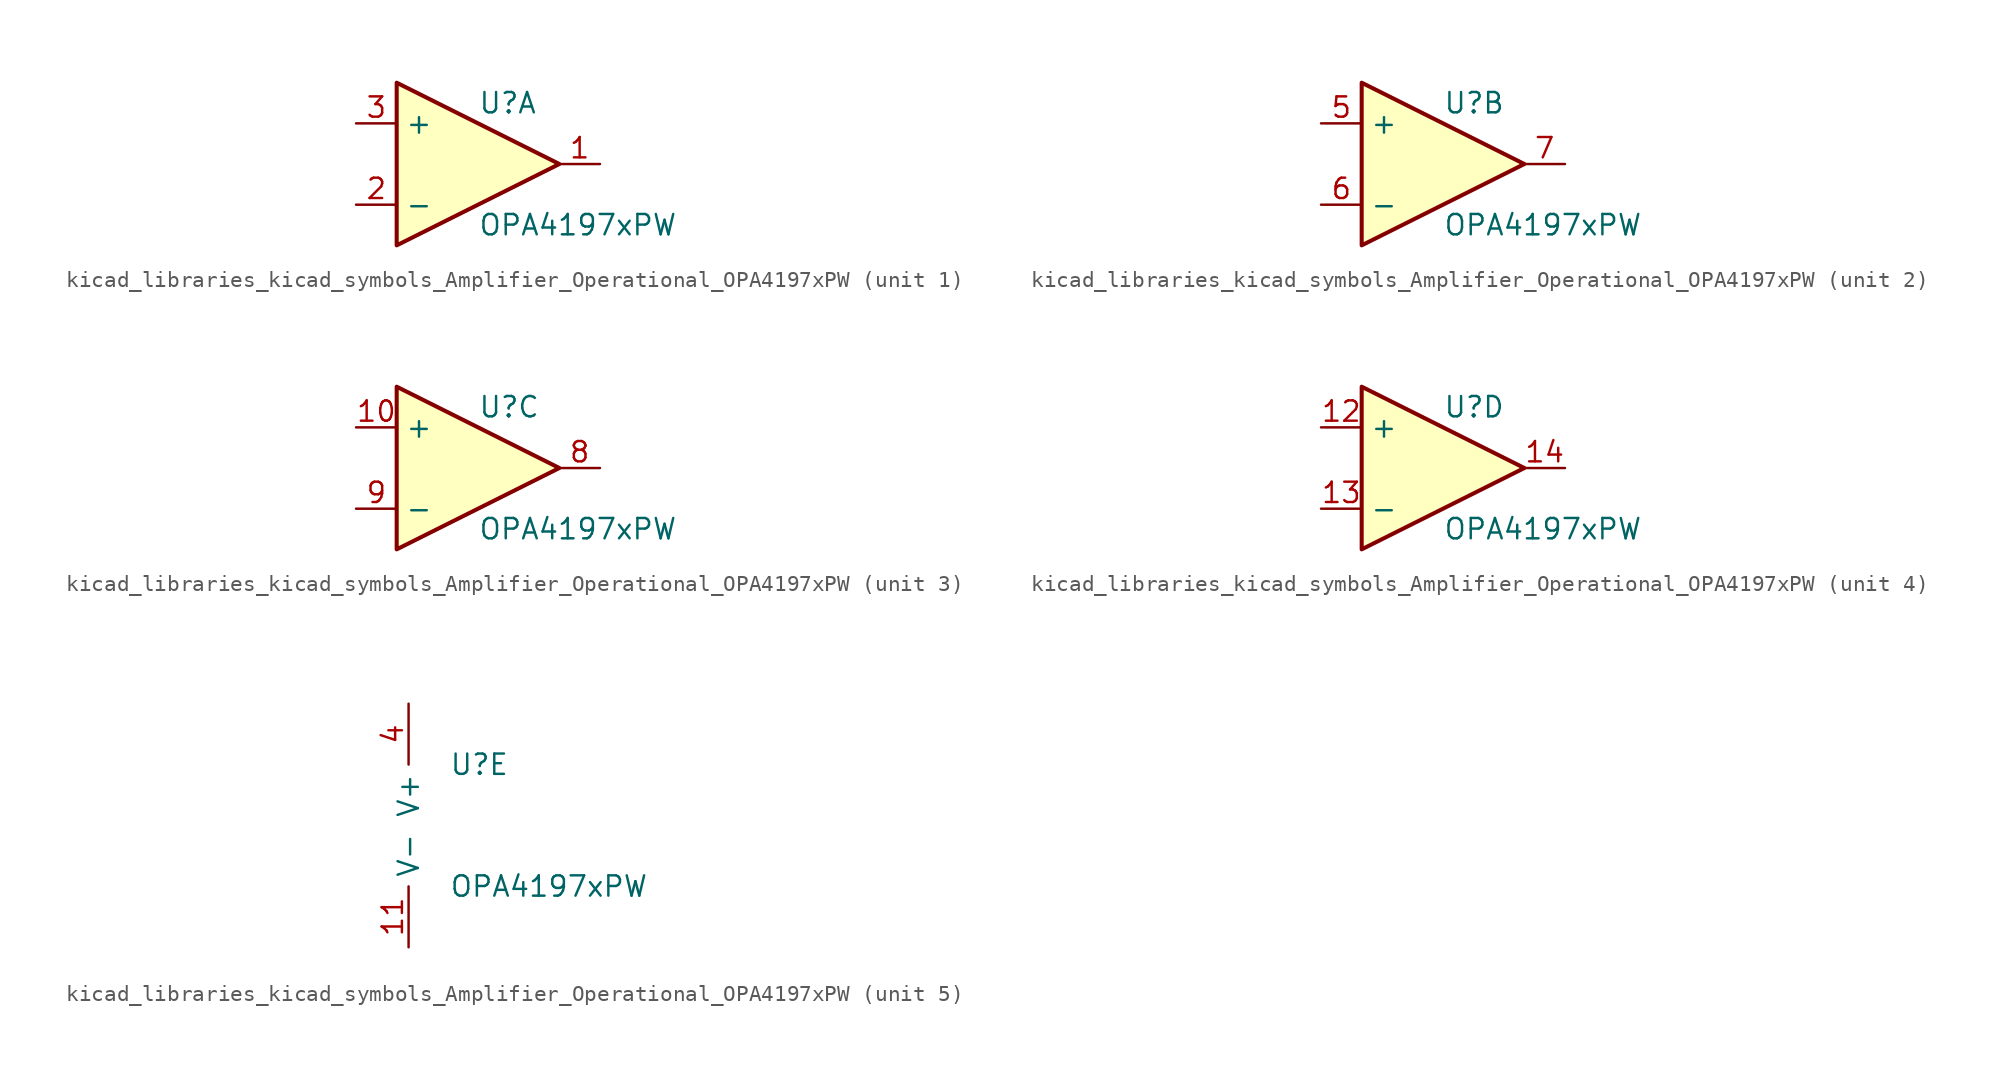
<source format=kicad_sym>
(kicad_symbol_lib
  (version 20220914)
  (generator kicad_symbol_editor)
  (symbol "kicad_libraries_kicad_symbols_Amplifier_Operational_OPA4197xPW"
    (property "Reference" "U"
      (at 0 3.81 0)
      (effects (font (size 1.27 1.27)) (justify left)))
    (property "Value" "OPA4197xPW"
      (at 0 -3.81 0)
      (effects (font (size 1.27 1.27)) (justify left)))
    (property "ki_locked" ""
      (at 0 0 0)
      (effects (font (size 1.27 1.27))))
    (symbol "kicad_libraries_kicad_symbols_Amplifier_Operational_OPA4197xPW_1_1"
      (polyline (pts (xy -5.08 5.08) (xy 5.08 0) (xy -5.08 -5.08) (xy -5.08 5.08)) (stroke (width 0.254) (type default)) (fill (type background)))
      (pin output line (at 7.62 0 180) (length 2.54) (name "~" (effects (font (size 1.27 1.27)))) (number "1" (effects (font (size 1.27 1.27)))))
      (pin input line (at -7.62 -2.54 0) (length 2.54) (name "-" (effects (font (size 1.27 1.27)))) (number "2" (effects (font (size 1.27 1.27)))))
      (pin input line (at -7.62 2.54 0) (length 2.54) (name "+" (effects (font (size 1.27 1.27)))) (number "3" (effects (font (size 1.27 1.27))))))
    (symbol "kicad_libraries_kicad_symbols_Amplifier_Operational_OPA4197xPW_2_1"
      (polyline (pts (xy -5.08 5.08) (xy 5.08 0) (xy -5.08 -5.08) (xy -5.08 5.08)) (stroke (width 0.254) (type default)) (fill (type background)))
      (pin input line (at -7.62 2.54 0) (length 2.54) (name "+" (effects (font (size 1.27 1.27)))) (number "5" (effects (font (size 1.27 1.27)))))
      (pin input line (at -7.62 -2.54 0) (length 2.54) (name "-" (effects (font (size 1.27 1.27)))) (number "6" (effects (font (size 1.27 1.27)))))
      (pin output line (at 7.62 0 180) (length 2.54) (name "~" (effects (font (size 1.27 1.27)))) (number "7" (effects (font (size 1.27 1.27))))))
    (symbol "kicad_libraries_kicad_symbols_Amplifier_Operational_OPA4197xPW_3_1"
      (polyline (pts (xy -5.08 5.08) (xy 5.08 0) (xy -5.08 -5.08) (xy -5.08 5.08)) (stroke (width 0.254) (type default)) (fill (type background)))
      (pin input line (at -7.62 2.54 0) (length 2.54) (name "+" (effects (font (size 1.27 1.27)))) (number "10" (effects (font (size 1.27 1.27)))))
      (pin output line (at 7.62 0 180) (length 2.54) (name "~" (effects (font (size 1.27 1.27)))) (number "8" (effects (font (size 1.27 1.27)))))
      (pin input line (at -7.62 -2.54 0) (length 2.54) (name "-" (effects (font (size 1.27 1.27)))) (number "9" (effects (font (size 1.27 1.27))))))
    (symbol "kicad_libraries_kicad_symbols_Amplifier_Operational_OPA4197xPW_4_1"
      (polyline (pts (xy -5.08 5.08) (xy 5.08 0) (xy -5.08 -5.08) (xy -5.08 5.08)) (stroke (width 0.254) (type default)) (fill (type background)))
      (pin input line (at -7.62 2.54 0) (length 2.54) (name "+" (effects (font (size 1.27 1.27)))) (number "12" (effects (font (size 1.27 1.27)))))
      (pin input line (at -7.62 -2.54 0) (length 2.54) (name "-" (effects (font (size 1.27 1.27)))) (number "13" (effects (font (size 1.27 1.27)))))
      (pin output line (at 7.62 0 180) (length 2.54) (name "~" (effects (font (size 1.27 1.27)))) (number "14" (effects (font (size 1.27 1.27))))))
    (symbol "kicad_libraries_kicad_symbols_Amplifier_Operational_OPA4197xPW_5_1"
      (pin power_in line (at -2.54 -7.62 90) (length 3.81) (name "V-" (effects (font (size 1.27 1.27)))) (number "11" (effects (font (size 1.27 1.27)))))
      (pin power_in line (at -2.54 7.62 270) (length 3.81) (name "V+" (effects (font (size 1.27 1.27)))) (number "4" (effects (font (size 1.27 1.27))))))))
</source>
